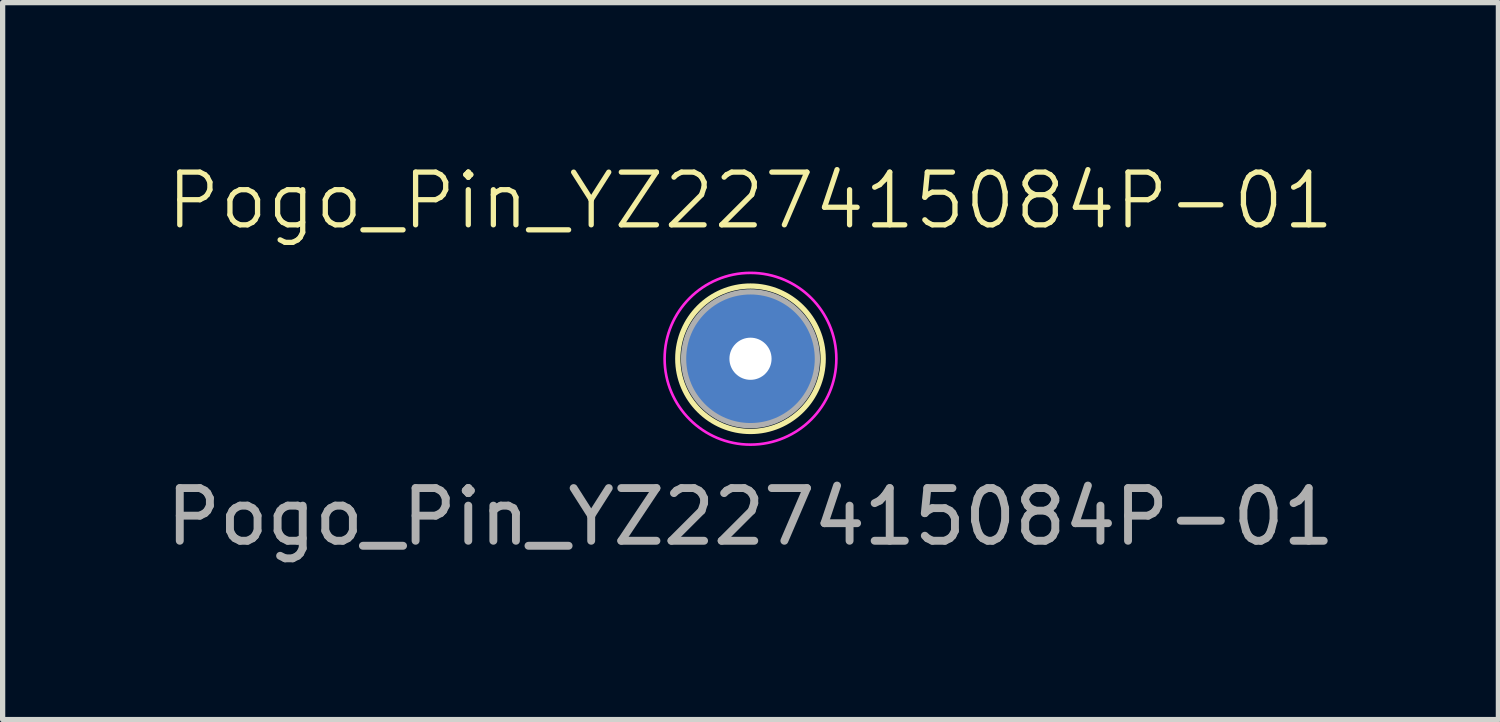
<source format=kicad_pcb>
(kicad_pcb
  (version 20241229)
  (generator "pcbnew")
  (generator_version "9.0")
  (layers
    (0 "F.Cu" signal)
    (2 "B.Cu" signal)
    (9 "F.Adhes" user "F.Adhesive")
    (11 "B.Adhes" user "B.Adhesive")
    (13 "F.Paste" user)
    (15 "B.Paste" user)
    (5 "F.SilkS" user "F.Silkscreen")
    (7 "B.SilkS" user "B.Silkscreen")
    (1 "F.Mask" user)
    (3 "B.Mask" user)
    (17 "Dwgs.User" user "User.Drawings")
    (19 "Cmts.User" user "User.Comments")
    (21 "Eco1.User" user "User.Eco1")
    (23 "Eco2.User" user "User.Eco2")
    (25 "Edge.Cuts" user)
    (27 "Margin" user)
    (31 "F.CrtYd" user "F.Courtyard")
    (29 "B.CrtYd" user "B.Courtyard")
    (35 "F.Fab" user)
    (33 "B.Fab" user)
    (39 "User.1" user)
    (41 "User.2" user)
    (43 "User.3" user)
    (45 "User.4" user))
  (footprint "Pogo_Pin_YZ227415084P-01"
    (layer "F.Cu")
    (at 11.196 3.76)
    (property "Reference" "Pogo_Pin_YZ227415084P-01" (at 0 -3 0) (unlocked yes) (layer "F.SilkS") (effects (font (size 1 1) (thickness 0.1))))
    (attr through_hole)
    (fp_circle (center 0 0) (end 1.38 0) (stroke (width 0.1) (type solid)) (fill no) (layer "F.SilkS"))
    (fp_circle (center 0 0) (end 1.63 0) (stroke (width 0.05) (type solid)) (fill no) (layer "F.CrtYd"))
    (fp_circle (center 0 0) (end 1.27 0) (stroke (width 0.1) (type solid)) (fill no) (layer "F.Fab"))
    (fp_text user "${REFERENCE}" (at 0 3 0) (unlocked yes) (layer "F.Fab") (effects (font (size 1 1) (thickness 0.15))))
    (pad "1" thru_hole circle (at 0 0) (size 2.54 2.54) (drill 0.8) (layers "*.Cu" "*.Mask")))
  (gr_rect
    (start -3 -3)
    (end 25.393 10.609)
    (stroke (width 0.1) (type default))
    (fill no)
    (layer "Edge.Cuts")))
</source>
